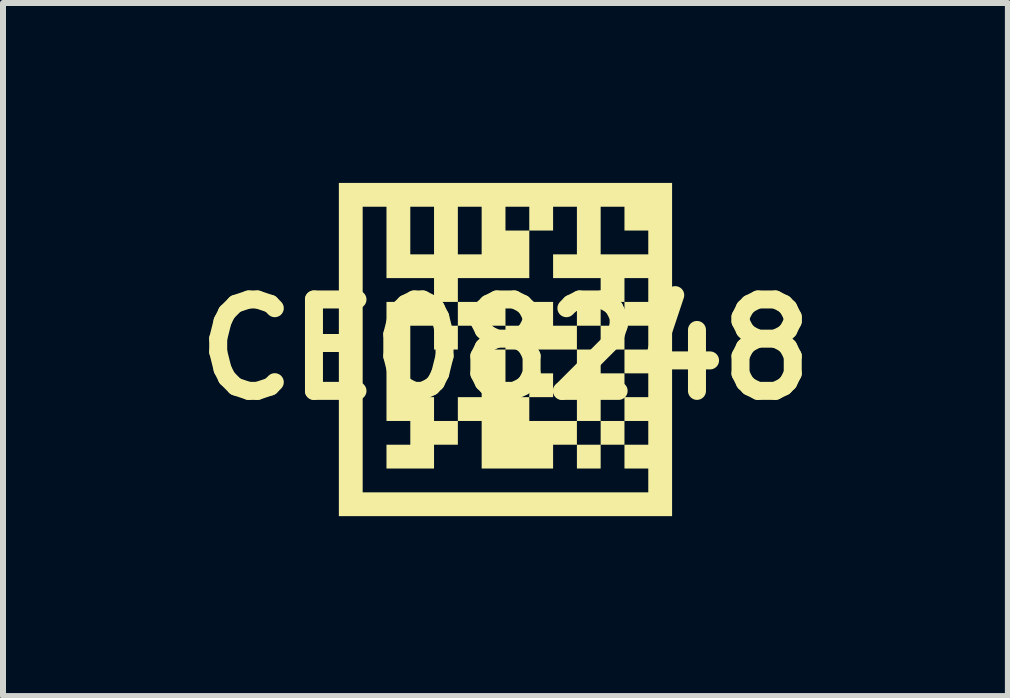
<source format=kicad_pcb>
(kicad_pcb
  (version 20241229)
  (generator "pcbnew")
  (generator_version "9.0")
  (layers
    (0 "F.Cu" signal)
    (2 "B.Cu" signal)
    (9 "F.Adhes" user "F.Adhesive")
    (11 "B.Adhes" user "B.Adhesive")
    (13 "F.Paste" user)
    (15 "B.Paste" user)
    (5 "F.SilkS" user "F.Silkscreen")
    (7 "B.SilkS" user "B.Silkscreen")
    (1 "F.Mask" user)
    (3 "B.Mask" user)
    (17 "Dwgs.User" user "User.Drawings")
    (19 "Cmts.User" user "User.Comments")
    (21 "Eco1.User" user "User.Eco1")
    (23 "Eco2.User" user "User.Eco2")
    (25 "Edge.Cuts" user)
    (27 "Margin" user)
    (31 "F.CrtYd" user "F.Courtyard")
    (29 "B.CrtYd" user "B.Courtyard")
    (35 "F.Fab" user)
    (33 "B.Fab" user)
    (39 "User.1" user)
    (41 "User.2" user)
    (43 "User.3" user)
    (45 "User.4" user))
  (footprint "CE08248"
    (layer "F.Cu")
    (at 5.378 2.778)
    (property "Reference" "CE08248" (at 0 0 0) (layer "F.SilkS") (effects (font (size 1.524 1.524) (thickness 0.3))))
    (attr through_hole)
    (fp_poly (pts (xy 0.794 0.794) (xy 0.397 0.794) (xy 0.397 0.397) (xy 0.794 0.397) (xy 0.794 0.794)) (stroke (width 0) (type solid)) (fill yes) (layer "F.SilkS"))
    (fp_poly (pts (xy 1.587 1.984) (xy 1.191 1.984) (xy 1.191 1.587) (xy 1.587 1.587) (xy 1.587 1.984)) (stroke (width 0) (type solid)) (fill yes) (layer "F.SilkS"))
    (fp_poly (pts (xy 1.984 1.587) (xy 1.587 1.587) (xy 1.587 1.191) (xy 1.984 1.191) (xy 1.984 1.587)) (stroke (width 0) (type solid)) (fill yes) (layer "F.SilkS"))
    (fp_poly (pts (xy 1.984 -0.397) (xy 1.984 0) (xy 1.587 0) (xy 1.587 0.397) (xy 1.984 0.397) (xy 1.984 0.794) (xy 1.587 0.794) (xy 1.587 1.191) (xy 1.191 1.191) (xy 1.191 1.587) (xy 0.794 1.587) (xy 0.794 1.984) (xy -0.397 1.984) (xy -0.397 1.191) (xy -0.794 1.191) (xy -0.794 1.587) (xy -1.191 1.587) (xy -1.191 1.984) (xy -1.984 1.984) (xy -1.984 1.587) (xy -1.587 1.587) (xy -1.587 1.191) (xy -1.984 1.191) (xy -1.984 -0.397) (xy -1.587 -0.397) (xy -1.587 0.794) (xy -1.191 0.794) (xy -1.191 1.191) (xy -0.794 1.191) (xy -0.794 0.794) (xy -0.397 0.794) (xy -0.397 0) (xy 0 0) (xy 0 0.794) (xy 0.397 0.794) (xy 0.397 1.191) (xy 1.191 1.191) (xy 1.191 0) (xy 0 0) (xy 0 -0.397) (xy -0.794 -0.397) (xy -0.794 0) (xy -1.191 0) (xy -1.191 -0.397) (xy -1.587 -0.397) (xy -1.984 -0.397) (xy -1.984 -0.794) (xy -1.191 -0.794) (xy -1.191 -0.397) (xy -0.794 -0.397) (xy -0.794 -0.794) (xy 0 -0.794) (xy 0 -0.397) (xy 0.397 -0.397) (xy 0.397 -0.794) (xy 0.794 -0.794) (xy 0.794 -0.397) (xy 1.191 -0.397) (xy 1.191 0) (xy 1.587 0) (xy 1.587 -0.397) (xy 1.191 -0.397) (xy 1.191 -0.794) (xy 1.587 -0.794) (xy 1.587 -0.397) (xy 1.984 -0.397)) (stroke (width 0) (type solid)) (fill yes) (layer "F.SilkS"))
    (fp_poly (pts (xy 2.778 2.778) (xy -2.778 2.778) (xy -2.778 -2.381) (xy -2.381 -2.381) (xy -2.381 2.381) (xy 2.381 2.381) (xy 2.381 1.984) (xy 1.984 1.984) (xy 1.984 1.587) (xy 2.381 1.587) (xy 2.381 1.191) (xy 1.984 1.191) (xy 1.984 0.794) (xy 2.381 0.794) (xy 2.381 0.397) (xy 1.984 0.397) (xy 1.984 0) (xy 2.381 0) (xy 2.381 -0.397) (xy 1.984 -0.397) (xy 1.984 -0.794) (xy 1.587 -0.794) (xy 1.587 -1.191) (xy 1.984 -1.191) (xy 1.984 -0.794) (xy 2.381 -0.794) (xy 2.381 -1.191) (xy 1.984 -1.191) (xy 1.587 -1.191) (xy 0.794 -1.191) (xy 0.794 -1.587) (xy 1.191 -1.587) (xy 1.191 -2.381) (xy 1.587 -2.381) (xy 1.587 -1.587) (xy 2.381 -1.587) (xy 2.381 -1.984) (xy 1.984 -1.984) (xy 1.984 -2.381) (xy 1.587 -2.381) (xy 1.191 -2.381) (xy 0.794 -2.381) (xy 0.794 -1.984) (xy 0.397 -1.984) (xy 0.397 -1.191) (xy -0.794 -1.191) (xy -0.794 -0.794) (xy -1.191 -0.794) (xy -1.191 -1.191) (xy -1.984 -1.191) (xy -1.984 -2.381) (xy -1.587 -2.381) (xy -1.587 -1.587) (xy -1.191 -1.587) (xy -1.191 -2.381) (xy -0.794 -2.381) (xy -0.794 -1.587) (xy -0.397 -1.587) (xy -0.397 -2.381) (xy 0 -2.381) (xy 0 -1.984) (xy 0.397 -1.984) (xy 0.397 -2.381) (xy 0 -2.381) (xy -0.397 -2.381) (xy -0.794 -2.381) (xy -1.191 -2.381) (xy -1.587 -2.381) (xy -1.984 -2.381) (xy -2.381 -2.381) (xy -2.778 -2.381) (xy -2.778 -2.778) (xy 2.778 -2.778) (xy 2.778 2.778)) (stroke (width 0) (type solid)) (fill yes) (layer "F.SilkS")))
  (gr_rect
    (start -3 -3)
    (end 13.755 8.556)
    (stroke (width 0.1) (type default))
    (fill no)
    (layer "Edge.Cuts")))
</source>
